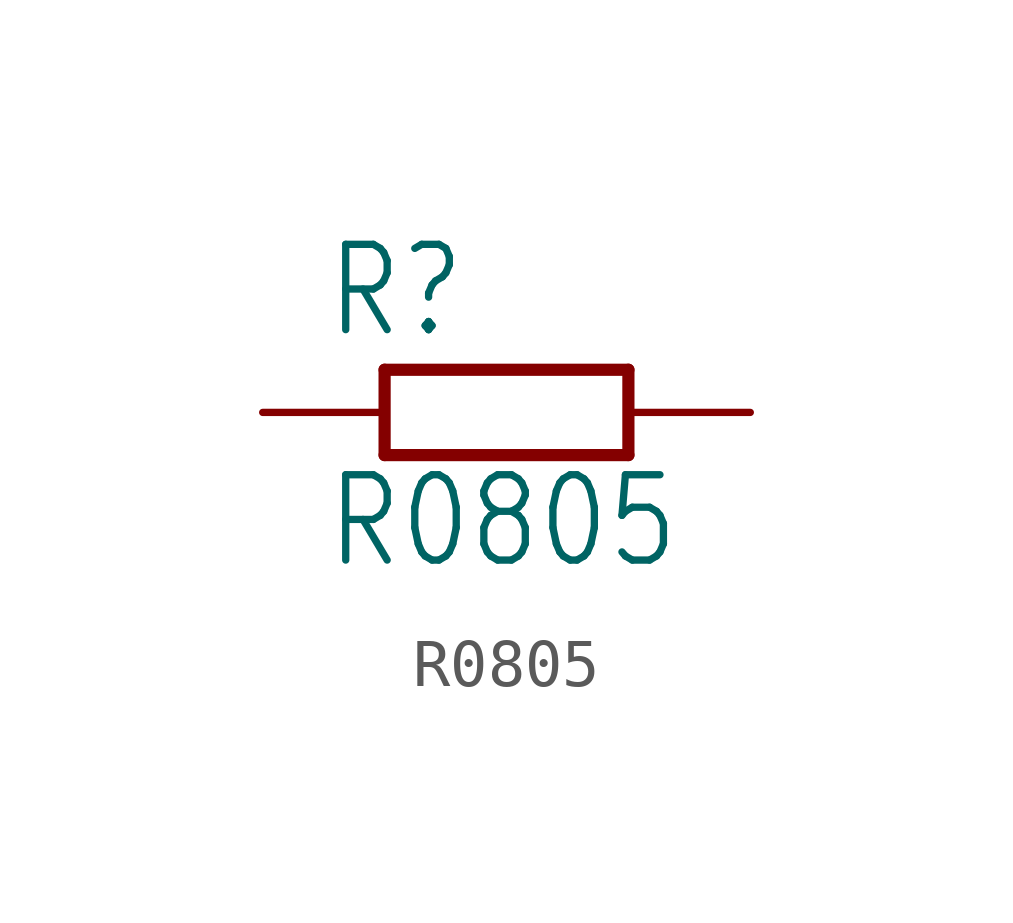
<source format=kicad_sym>
(kicad_symbol_lib
  (version 20211014)
  (generator kicad_symbol_editor)
  (symbol "R0805"
    (property "Reference" "R"
      (at -3.81 1.499 0)
      (effects (font (size 1.778 1.511)) (justify left bottom)))
    (property "Value" "R0805"
      (at -3.81 -3.302 0)
      (effects (font (size 1.778 1.511)) (justify left bottom)))
    (property "ki_locked" ""
      (at 0 0 0)
      (effects (font (size 1.27 1.27))))
    (symbol "R0805_1_0"
      (polyline (pts (xy -2.54 -0.889) (xy -2.54 0.889)) (stroke (width 0.254) (type default) (color 0 0 0 0)) (fill (type none)))
      (polyline (pts (xy -2.54 -0.889) (xy 2.54 -0.889)) (stroke (width 0.254) (type default) (color 0 0 0 0)) (fill (type none)))
      (polyline (pts (xy 2.54 -0.889) (xy 2.54 0.889)) (stroke (width 0.254) (type default) (color 0 0 0 0)) (fill (type none)))
      (polyline (pts (xy 2.54 0.889) (xy -2.54 0.889)) (stroke (width 0.254) (type default) (color 0 0 0 0)) (fill (type none)))
      (pin passive line (at -5.08 0 0) (length 2.54) (name "1" (effects (font (size 0 0)))) (number "1" (effects (font (size 0 0)))))
      (pin passive line (at 5.08 0 180) (length 2.54) (name "2" (effects (font (size 0 0)))) (number "2" (effects (font (size 0 0))))))))
</source>
